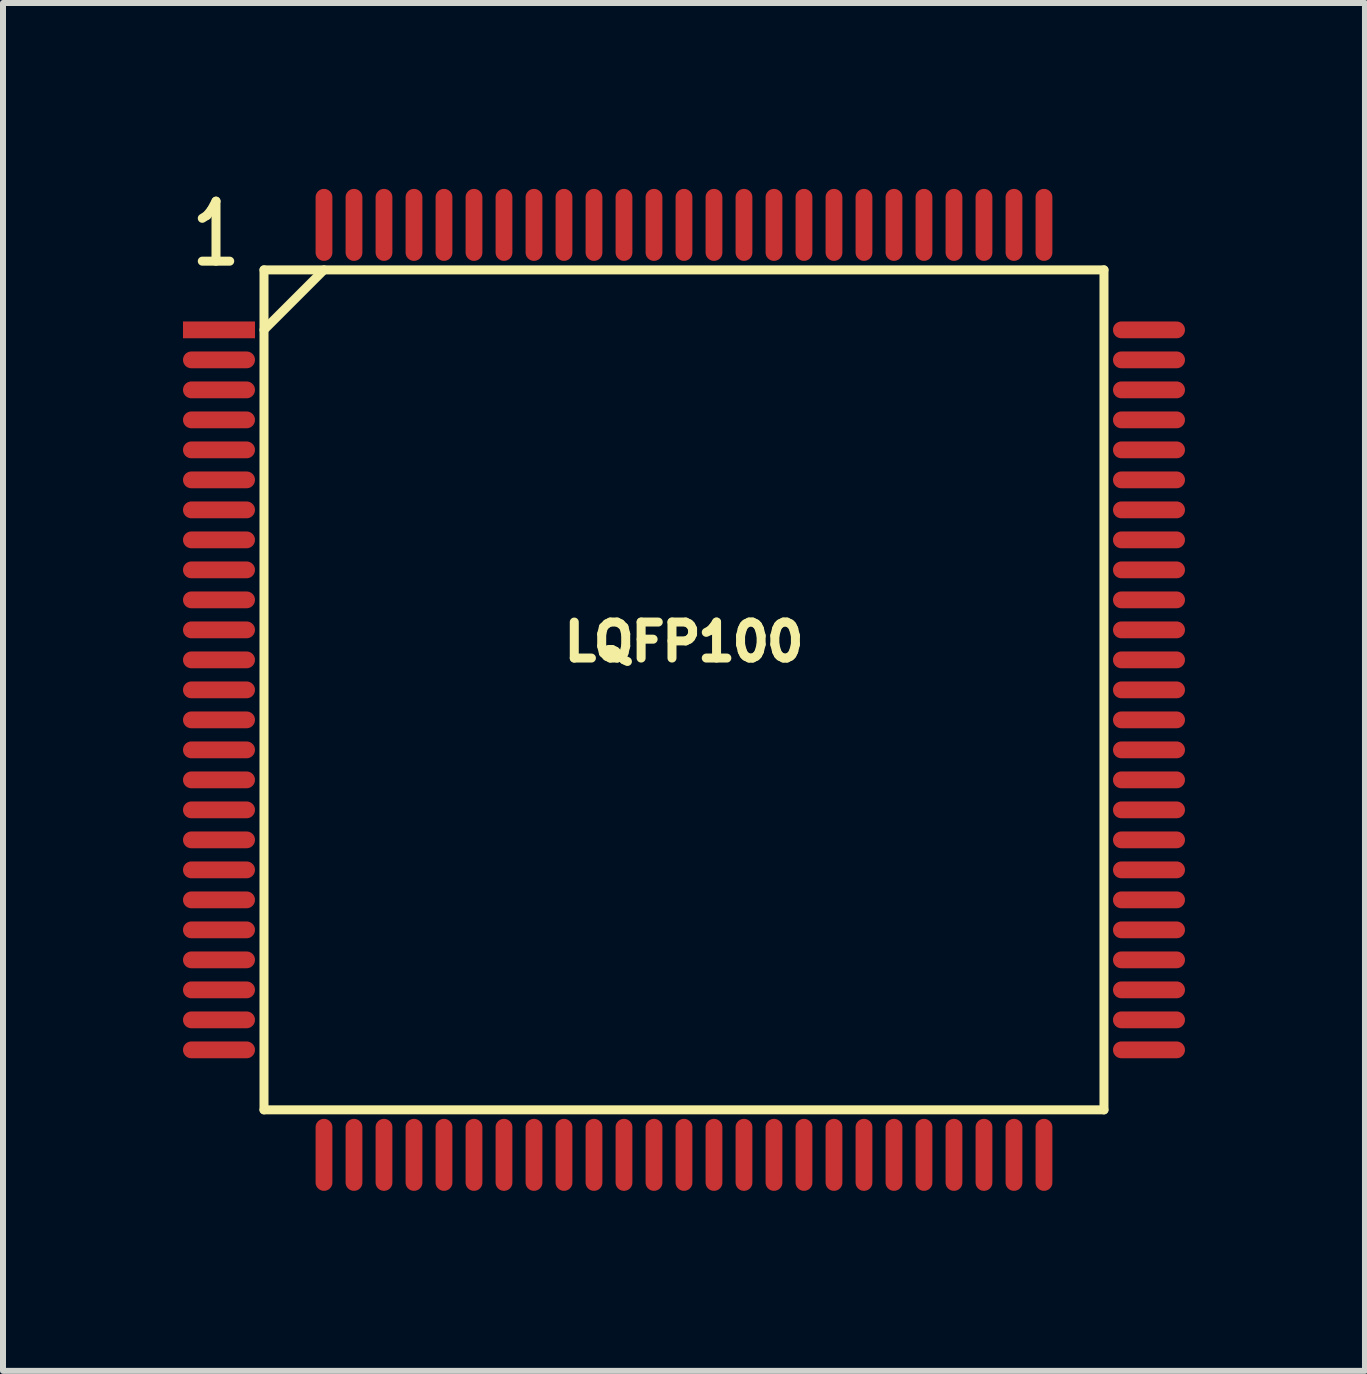
<source format=kicad_pcb>
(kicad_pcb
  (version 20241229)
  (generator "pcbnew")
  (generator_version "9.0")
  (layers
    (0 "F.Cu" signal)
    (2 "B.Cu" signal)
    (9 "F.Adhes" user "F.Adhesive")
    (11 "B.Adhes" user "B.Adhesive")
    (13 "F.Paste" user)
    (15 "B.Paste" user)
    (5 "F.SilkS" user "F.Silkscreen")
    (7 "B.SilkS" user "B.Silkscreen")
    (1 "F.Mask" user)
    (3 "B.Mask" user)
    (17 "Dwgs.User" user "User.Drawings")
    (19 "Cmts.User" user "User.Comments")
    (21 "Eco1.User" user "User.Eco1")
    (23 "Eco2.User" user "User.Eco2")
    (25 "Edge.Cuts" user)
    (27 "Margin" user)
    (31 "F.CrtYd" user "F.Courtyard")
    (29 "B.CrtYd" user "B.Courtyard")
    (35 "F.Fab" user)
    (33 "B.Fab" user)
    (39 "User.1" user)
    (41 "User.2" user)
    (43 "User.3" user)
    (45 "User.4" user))
  (footprint "LQFP100"
    (layer "F.Cu")
    (at 8.35 8.448)
    (property "Reference" "LQFP100" (at 0 -0.8 0) (layer "F.SilkS") (effects (font (size 0.6 0.6) (thickness 0.15))))
    (attr smd)
    (fp_line (start -7 -7) (end 7 -7) (stroke (width 0.15) (type solid)) (layer "F.SilkS"))
    (fp_line (start -7 7) (end -7 -7) (stroke (width 0.15) (type solid)) (layer "F.SilkS"))
    (fp_line (start -6 -7) (end -7 -6) (stroke (width 0.15) (type solid)) (layer "F.SilkS"))
    (fp_line (start 7 -7) (end 7 7) (stroke (width 0.15) (type solid)) (layer "F.SilkS"))
    (fp_line (start 7 7) (end -7 7) (stroke (width 0.15) (type solid)) (layer "F.SilkS"))
    (fp_text user "1" (at -7.8 -7.6 0) (layer "F.SilkS") (effects (font (size 1 0.8) (thickness 0.15))))
    (pad "1" smd rect (at -7.75 -6) (size 1.2 0.28) (layers "F.Cu" "F.Mask" "F.Paste"))
    (pad "2" smd oval (at -7.75 -5.5) (size 1.2 0.28) (layers "F.Cu" "F.Mask" "F.Paste"))
    (pad "3" smd oval (at -7.75 -5) (size 1.2 0.28) (layers "F.Cu" "F.Mask" "F.Paste"))
    (pad "4" smd oval (at -7.75 -4.5) (size 1.2 0.28) (layers "F.Cu" "F.Mask" "F.Paste"))
    (pad "5" smd oval (at -7.75 -4) (size 1.2 0.28) (layers "F.Cu" "F.Mask" "F.Paste"))
    (pad "6" smd oval (at -7.75 -3.5) (size 1.2 0.28) (layers "F.Cu" "F.Mask" "F.Paste"))
    (pad "7" smd oval (at -7.75 -3) (size 1.2 0.28) (layers "F.Cu" "F.Mask" "F.Paste"))
    (pad "8" smd oval (at -7.75 -2.5) (size 1.2 0.28) (layers "F.Cu" "F.Mask" "F.Paste"))
    (pad "9" smd oval (at -7.75 -2) (size 1.2 0.28) (layers "F.Cu" "F.Mask" "F.Paste"))
    (pad "10" smd oval (at -7.75 -1.5) (size 1.2 0.28) (layers "F.Cu" "F.Mask" "F.Paste"))
    (pad "11" smd oval (at -7.75 -1) (size 1.2 0.28) (layers "F.Cu" "F.Mask" "F.Paste"))
    (pad "12" smd oval (at -7.75 -0.5) (size 1.2 0.28) (layers "F.Cu" "F.Mask" "F.Paste"))
    (pad "13" smd oval (at -7.75 0) (size 1.2 0.28) (layers "F.Cu" "F.Mask" "F.Paste"))
    (pad "14" smd oval (at -7.75 0.5) (size 1.2 0.28) (layers "F.Cu" "F.Mask" "F.Paste"))
    (pad "15" smd oval (at -7.75 1) (size 1.2 0.28) (layers "F.Cu" "F.Mask" "F.Paste"))
    (pad "16" smd oval (at -7.75 1.5) (size 1.2 0.28) (layers "F.Cu" "F.Mask" "F.Paste"))
    (pad "17" smd oval (at -7.75 2) (size 1.2 0.28) (layers "F.Cu" "F.Mask" "F.Paste"))
    (pad "18" smd oval (at -7.75 2.5) (size 1.2 0.28) (layers "F.Cu" "F.Mask" "F.Paste"))
    (pad "19" smd oval (at -7.75 3) (size 1.2 0.28) (layers "F.Cu" "F.Mask" "F.Paste"))
    (pad "20" smd oval (at -7.75 3.5) (size 1.2 0.28) (layers "F.Cu" "F.Mask" "F.Paste"))
    (pad "21" smd oval (at -7.75 4) (size 1.2 0.28) (layers "F.Cu" "F.Mask" "F.Paste"))
    (pad "22" smd oval (at -7.75 4.5) (size 1.2 0.28) (layers "F.Cu" "F.Mask" "F.Paste"))
    (pad "23" smd oval (at -7.75 5) (size 1.2 0.28) (layers "F.Cu" "F.Mask" "F.Paste"))
    (pad "24" smd oval (at -7.75 5.5) (size 1.2 0.28) (layers "F.Cu" "F.Mask" "F.Paste"))
    (pad "25" smd oval (at -7.75 6) (size 1.2 0.28) (layers "F.Cu" "F.Mask" "F.Paste"))
    (pad "26" smd oval (at -6 7.75 90) (size 1.2 0.28) (layers "F.Cu" "F.Mask" "F.Paste"))
    (pad "27" smd oval (at -5.5 7.75 90) (size 1.2 0.28) (layers "F.Cu" "F.Mask" "F.Paste"))
    (pad "28" smd oval (at -5 7.75 90) (size 1.2 0.28) (layers "F.Cu" "F.Mask" "F.Paste"))
    (pad "29" smd oval (at -4.5 7.75 90) (size 1.2 0.28) (layers "F.Cu" "F.Mask" "F.Paste"))
    (pad "30" smd oval (at -4 7.75 90) (size 1.2 0.28) (layers "F.Cu" "F.Mask" "F.Paste"))
    (pad "31" smd oval (at -3.5 7.75 90) (size 1.2 0.28) (layers "F.Cu" "F.Mask" "F.Paste"))
    (pad "32" smd oval (at -3 7.75 90) (size 1.2 0.28) (layers "F.Cu" "F.Mask" "F.Paste"))
    (pad "33" smd oval (at -2.5 7.75 90) (size 1.2 0.28) (layers "F.Cu" "F.Mask" "F.Paste"))
    (pad "34" smd oval (at -2 7.75 90) (size 1.2 0.28) (layers "F.Cu" "F.Mask" "F.Paste"))
    (pad "35" smd oval (at -1.5 7.75 90) (size 1.2 0.28) (layers "F.Cu" "F.Mask" "F.Paste"))
    (pad "36" smd oval (at -1 7.75 90) (size 1.2 0.28) (layers "F.Cu" "F.Mask" "F.Paste"))
    (pad "37" smd oval (at -0.5 7.75 90) (size 1.2 0.28) (layers "F.Cu" "F.Mask" "F.Paste"))
    (pad "38" smd oval (at 0 7.75 90) (size 1.2 0.28) (layers "F.Cu" "F.Mask" "F.Paste"))
    (pad "39" smd oval (at 0.5 7.75 90) (size 1.2 0.28) (layers "F.Cu" "F.Mask" "F.Paste"))
    (pad "40" smd oval (at 1 7.75 90) (size 1.2 0.28) (layers "F.Cu" "F.Mask" "F.Paste"))
    (pad "41" smd oval (at 1.5 7.75 90) (size 1.2 0.28) (layers "F.Cu" "F.Mask" "F.Paste"))
    (pad "42" smd oval (at 2 7.75 90) (size 1.2 0.28) (layers "F.Cu" "F.Mask" "F.Paste"))
    (pad "43" smd oval (at 2.5 7.75 90) (size 1.2 0.28) (layers "F.Cu" "F.Mask" "F.Paste"))
    (pad "44" smd oval (at 3 7.75 90) (size 1.2 0.28) (layers "F.Cu" "F.Mask" "F.Paste"))
    (pad "45" smd oval (at 3.5 7.75 90) (size 1.2 0.28) (layers "F.Cu" "F.Mask" "F.Paste"))
    (pad "46" smd oval (at 4 7.75 90) (size 1.2 0.28) (layers "F.Cu" "F.Mask" "F.Paste"))
    (pad "47" smd oval (at 4.5 7.75 90) (size 1.2 0.28) (layers "F.Cu" "F.Mask" "F.Paste"))
    (pad "48" smd oval (at 5 7.75 90) (size 1.2 0.28) (layers "F.Cu" "F.Mask" "F.Paste"))
    (pad "49" smd oval (at 5.5 7.75 90) (size 1.2 0.28) (layers "F.Cu" "F.Mask" "F.Paste"))
    (pad "50" smd oval (at 6 7.75 90) (size 1.2 0.28) (layers "F.Cu" "F.Mask" "F.Paste"))
    (pad "51" smd oval (at 7.75 6) (size 1.2 0.28) (layers "F.Cu" "F.Mask" "F.Paste"))
    (pad "52" smd oval (at 7.75 5.5) (size 1.2 0.28) (layers "F.Cu" "F.Mask" "F.Paste"))
    (pad "53" smd oval (at 7.75 5) (size 1.2 0.28) (layers "F.Cu" "F.Mask" "F.Paste"))
    (pad "54" smd oval (at 7.75 4.5) (size 1.2 0.28) (layers "F.Cu" "F.Mask" "F.Paste"))
    (pad "55" smd oval (at 7.75 4) (size 1.2 0.28) (layers "F.Cu" "F.Mask" "F.Paste"))
    (pad "56" smd oval (at 7.75 3.5) (size 1.2 0.28) (layers "F.Cu" "F.Mask" "F.Paste"))
    (pad "57" smd oval (at 7.75 3) (size 1.2 0.28) (layers "F.Cu" "F.Mask" "F.Paste"))
    (pad "58" smd oval (at 7.75 2.5) (size 1.2 0.28) (layers "F.Cu" "F.Mask" "F.Paste"))
    (pad "59" smd oval (at 7.75 2) (size 1.2 0.28) (layers "F.Cu" "F.Mask" "F.Paste"))
    (pad "60" smd oval (at 7.75 1.5) (size 1.2 0.28) (layers "F.Cu" "F.Mask" "F.Paste"))
    (pad "61" smd oval (at 7.75 1) (size 1.2 0.28) (layers "F.Cu" "F.Mask" "F.Paste"))
    (pad "62" smd oval (at 7.75 0.5) (size 1.2 0.28) (layers "F.Cu" "F.Mask" "F.Paste"))
    (pad "63" smd oval (at 7.75 0) (size 1.2 0.28) (layers "F.Cu" "F.Mask" "F.Paste"))
    (pad "64" smd oval (at 7.75 -0.5) (size 1.2 0.28) (layers "F.Cu" "F.Mask" "F.Paste"))
    (pad "65" smd oval (at 7.75 -1) (size 1.2 0.28) (layers "F.Cu" "F.Mask" "F.Paste"))
    (pad "66" smd oval (at 7.75 -1.5) (size 1.2 0.28) (layers "F.Cu" "F.Mask" "F.Paste"))
    (pad "67" smd oval (at 7.75 -2) (size 1.2 0.28) (layers "F.Cu" "F.Mask" "F.Paste"))
    (pad "68" smd oval (at 7.75 -2.5) (size 1.2 0.28) (layers "F.Cu" "F.Mask" "F.Paste"))
    (pad "69" smd oval (at 7.75 -3) (size 1.2 0.28) (layers "F.Cu" "F.Mask" "F.Paste"))
    (pad "70" smd oval (at 7.75 -3.5) (size 1.2 0.28) (layers "F.Cu" "F.Mask" "F.Paste"))
    (pad "71" smd oval (at 7.75 -4) (size 1.2 0.28) (layers "F.Cu" "F.Mask" "F.Paste"))
    (pad "72" smd oval (at 7.75 -4.5) (size 1.2 0.28) (layers "F.Cu" "F.Mask" "F.Paste"))
    (pad "73" smd oval (at 7.75 -5) (size 1.2 0.28) (layers "F.Cu" "F.Mask" "F.Paste"))
    (pad "74" smd oval (at 7.75 -5.5) (size 1.2 0.28) (layers "F.Cu" "F.Mask" "F.Paste"))
    (pad "75" smd oval (at 7.75 -6) (size 1.2 0.28) (layers "F.Cu" "F.Mask" "F.Paste"))
    (pad "76" smd oval (at 6 -7.75 90) (size 1.2 0.28) (layers "F.Cu" "F.Mask" "F.Paste"))
    (pad "77" smd oval (at 5.5 -7.75 90) (size 1.2 0.28) (layers "F.Cu" "F.Mask" "F.Paste"))
    (pad "78" smd oval (at 5 -7.75 90) (size 1.2 0.28) (layers "F.Cu" "F.Mask" "F.Paste"))
    (pad "79" smd oval (at 4.5 -7.75 90) (size 1.2 0.28) (layers "F.Cu" "F.Mask" "F.Paste"))
    (pad "80" smd oval (at 4 -7.75 90) (size 1.2 0.28) (layers "F.Cu" "F.Mask" "F.Paste"))
    (pad "81" smd oval (at 3.5 -7.75 90) (size 1.2 0.28) (layers "F.Cu" "F.Mask" "F.Paste"))
    (pad "82" smd oval (at 3 -7.75 90) (size 1.2 0.28) (layers "F.Cu" "F.Mask" "F.Paste"))
    (pad "83" smd oval (at 2.5 -7.75 90) (size 1.2 0.28) (layers "F.Cu" "F.Mask" "F.Paste"))
    (pad "84" smd oval (at 2 -7.75 90) (size 1.2 0.28) (layers "F.Cu" "F.Mask" "F.Paste"))
    (pad "85" smd oval (at 1.5 -7.75 90) (size 1.2 0.28) (layers "F.Cu" "F.Mask" "F.Paste"))
    (pad "86" smd oval (at 1 -7.75 90) (size 1.2 0.28) (layers "F.Cu" "F.Mask" "F.Paste"))
    (pad "87" smd oval (at 0.5 -7.75 90) (size 1.2 0.28) (layers "F.Cu" "F.Mask" "F.Paste"))
    (pad "88" smd oval (at 0 -7.75 90) (size 1.2 0.28) (layers "F.Cu" "F.Mask" "F.Paste"))
    (pad "89" smd oval (at -0.5 -7.75 90) (size 1.2 0.28) (layers "F.Cu" "F.Mask" "F.Paste"))
    (pad "90" smd oval (at -1 -7.75 90) (size 1.2 0.28) (layers "F.Cu" "F.Mask" "F.Paste"))
    (pad "91" smd oval (at -1.5 -7.75 90) (size 1.2 0.28) (layers "F.Cu" "F.Mask" "F.Paste"))
    (pad "92" smd oval (at -2 -7.75 90) (size 1.2 0.28) (layers "F.Cu" "F.Mask" "F.Paste"))
    (pad "93" smd oval (at -2.5 -7.75 90) (size 1.2 0.28) (layers "F.Cu" "F.Mask" "F.Paste"))
    (pad "94" smd oval (at -3 -7.75 90) (size 1.2 0.28) (layers "F.Cu" "F.Mask" "F.Paste"))
    (pad "95" smd oval (at -3.5 -7.75 90) (size 1.2 0.28) (layers "F.Cu" "F.Mask" "F.Paste"))
    (pad "96" smd oval (at -4 -7.75 90) (size 1.2 0.28) (layers "F.Cu" "F.Mask" "F.Paste"))
    (pad "97" smd oval (at -4.5 -7.75 90) (size 1.2 0.28) (layers "F.Cu" "F.Mask" "F.Paste"))
    (pad "98" smd oval (at -5 -7.75 90) (size 1.2 0.28) (layers "F.Cu" "F.Mask" "F.Paste"))
    (pad "99" smd oval (at -5.5 -7.75 90) (size 1.2 0.28) (layers "F.Cu" "F.Mask" "F.Paste"))
    (pad "100" smd oval (at -6 -7.75 90) (size 1.2 0.28) (layers "F.Cu" "F.Mask" "F.Paste")))
  (gr_rect
    (start -3 -3)
    (end 19.7 19.798)
    (stroke (width 0.1) (type default))
    (fill no)
    (layer "Edge.Cuts")))
</source>
